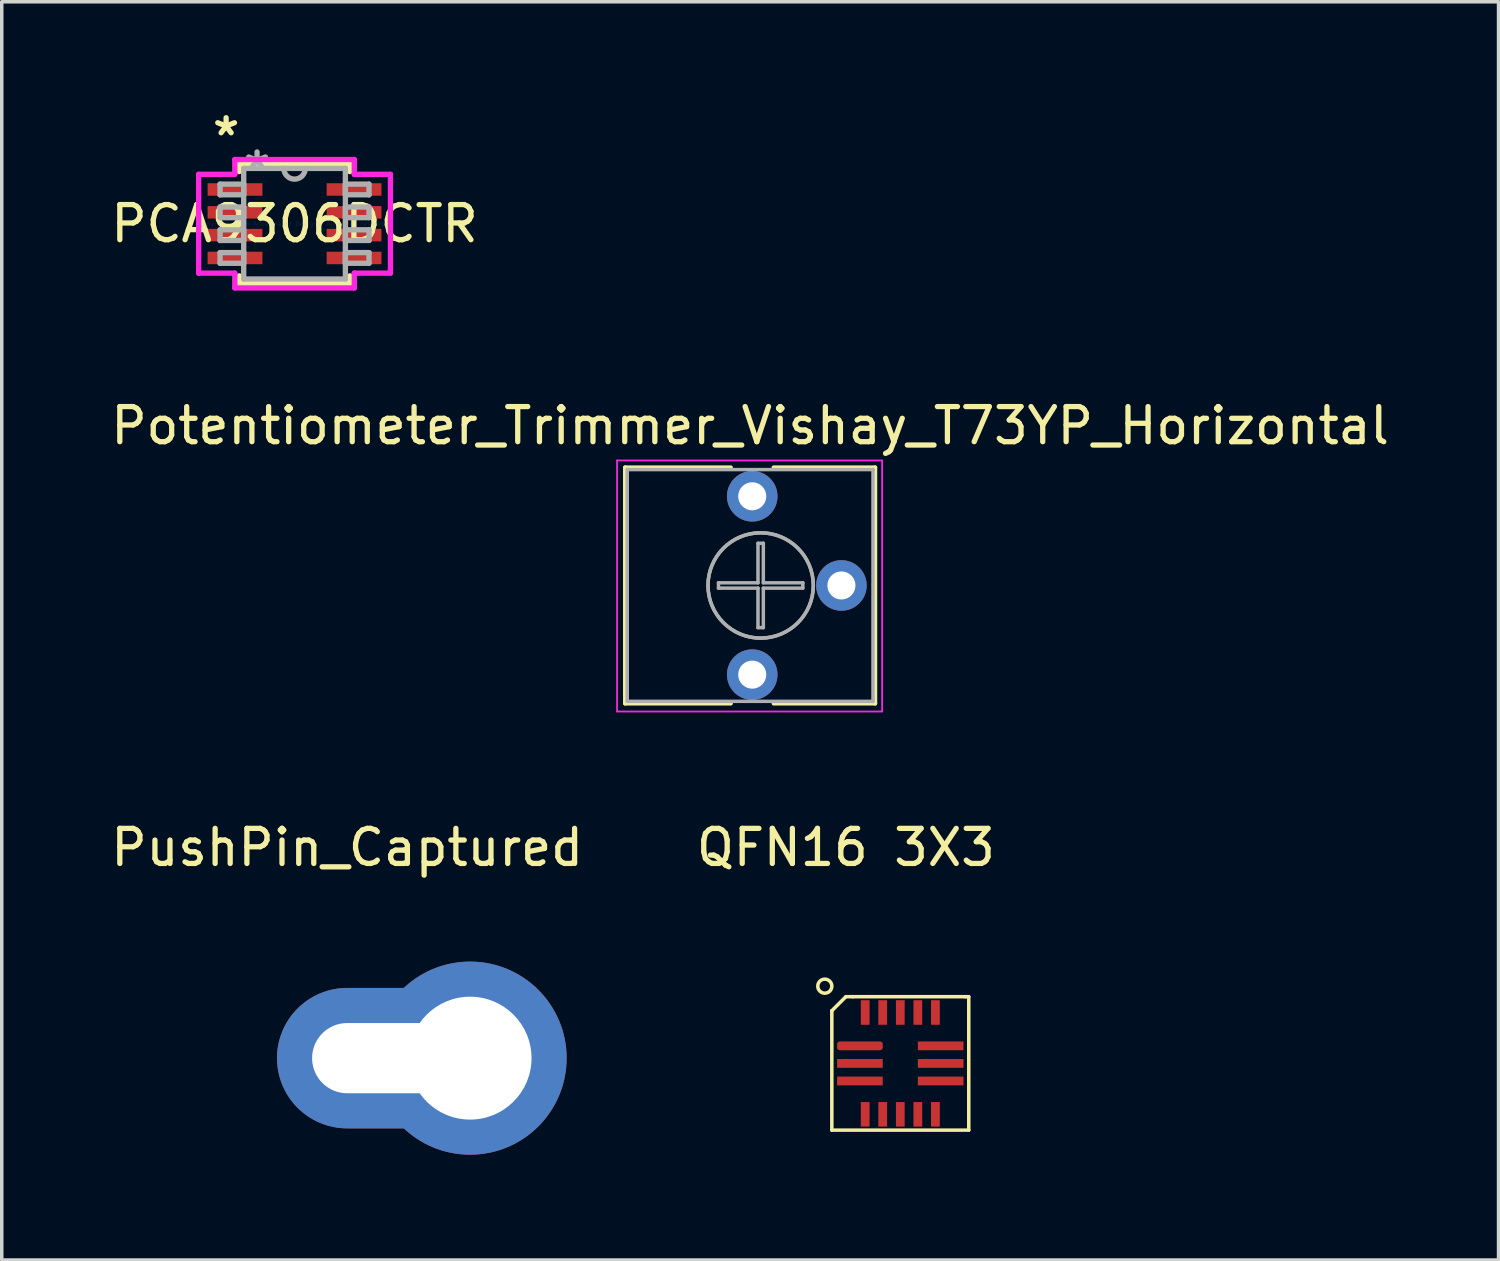
<source format=kicad_pcb>
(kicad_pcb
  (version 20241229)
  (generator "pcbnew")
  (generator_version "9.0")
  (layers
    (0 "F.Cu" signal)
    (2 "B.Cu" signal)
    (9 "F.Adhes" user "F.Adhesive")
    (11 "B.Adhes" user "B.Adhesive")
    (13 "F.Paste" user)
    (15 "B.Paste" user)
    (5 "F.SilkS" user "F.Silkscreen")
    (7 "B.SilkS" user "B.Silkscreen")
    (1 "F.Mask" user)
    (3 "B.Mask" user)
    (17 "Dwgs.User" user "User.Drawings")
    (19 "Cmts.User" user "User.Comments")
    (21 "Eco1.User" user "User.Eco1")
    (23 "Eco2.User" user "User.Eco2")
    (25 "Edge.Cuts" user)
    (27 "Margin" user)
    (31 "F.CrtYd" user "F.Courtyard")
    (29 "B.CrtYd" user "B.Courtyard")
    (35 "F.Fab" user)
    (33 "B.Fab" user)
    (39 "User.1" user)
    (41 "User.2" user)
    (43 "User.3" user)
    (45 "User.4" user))
  (footprint "Potentiometer_Trimmer_Vishay_T73YP_Horizontal"
    (layer "F.Cu")
    (at 18.375 16.165)
    (property "Reference" "Potentiometer_Trimmer_Vishay_T73YP_Horizontal" (at -0.06 -7.09 0) (layer "F.SilkS") (effects (font (size 1 1) (thickness 0.15))))
    (attr through_hole)
    (fp_line (start -3.62 -5.9) (end -3.62 0.82) (stroke (width 0.12) (type solid)) (layer "F.SilkS"))
    (fp_line (start -3.62 -5.9) (end -0.611 -5.9) (stroke (width 0.12) (type solid)) (layer "F.SilkS"))
    (fp_line (start -3.62 0.82) (end -0.611 0.82) (stroke (width 0.12) (type solid)) (layer "F.SilkS"))
    (fp_line (start 0.611 -5.9) (end 3.5 -5.9) (stroke (width 0.12) (type solid)) (layer "F.SilkS"))
    (fp_line (start 0.611 0.82) (end 3.5 0.82) (stroke (width 0.12) (type solid)) (layer "F.SilkS"))
    (fp_line (start 3.5 -5.9) (end 3.5 0.82) (stroke (width 0.12) (type solid)) (layer "F.SilkS"))
    (fp_line (start -3.85 -6.1) (end -3.85 1.05) (stroke (width 0.05) (type solid)) (layer "F.CrtYd"))
    (fp_line (start -3.85 1.05) (end 3.7 1.05) (stroke (width 0.05) (type solid)) (layer "F.CrtYd"))
    (fp_line (start 3.7 -6.1) (end -3.85 -6.1) (stroke (width 0.05) (type solid)) (layer "F.CrtYd"))
    (fp_line (start 3.7 1.05) (end 3.7 -6.1) (stroke (width 0.05) (type solid)) (layer "F.CrtYd"))
    (fp_line (start -3.56 -5.84) (end -3.56 0.76) (stroke (width 0.1) (type solid)) (layer "F.Fab"))
    (fp_line (start -3.56 0.76) (end 3.44 0.76) (stroke (width 0.1) (type solid)) (layer "F.Fab"))
    (fp_line (start -0.961 -2.616) (end 0.164 -2.616) (stroke (width 0.1) (type solid)) (layer "F.Fab"))
    (fp_line (start -0.961 -2.464) (end -0.961 -2.616) (stroke (width 0.1) (type solid)) (layer "F.Fab"))
    (fp_line (start 0.164 -3.741) (end 0.316 -3.741) (stroke (width 0.1) (type solid)) (layer "F.Fab"))
    (fp_line (start 0.164 -2.616) (end 0.164 -3.741) (stroke (width 0.1) (type solid)) (layer "F.Fab"))
    (fp_line (start 0.164 -2.464) (end -0.961 -2.464) (stroke (width 0.1) (type solid)) (layer "F.Fab"))
    (fp_line (start 0.164 -1.339) (end 0.164 -2.464) (stroke (width 0.1) (type solid)) (layer "F.Fab"))
    (fp_line (start 0.316 -3.741) (end 0.316 -2.616) (stroke (width 0.1) (type solid)) (layer "F.Fab"))
    (fp_line (start 0.316 -2.616) (end 1.441 -2.616) (stroke (width 0.1) (type solid)) (layer "F.Fab"))
    (fp_line (start 0.316 -2.464) (end 0.316 -1.339) (stroke (width 0.1) (type solid)) (layer "F.Fab"))
    (fp_line (start 0.316 -1.339) (end 0.164 -1.339) (stroke (width 0.1) (type solid)) (layer "F.Fab"))
    (fp_line (start 1.441 -2.616) (end 1.441 -2.464) (stroke (width 0.1) (type solid)) (layer "F.Fab"))
    (fp_line (start 1.441 -2.464) (end 0.316 -2.464) (stroke (width 0.1) (type solid)) (layer "F.Fab"))
    (fp_line (start 3.44 -5.84) (end -3.56 -5.84) (stroke (width 0.1) (type solid)) (layer "F.Fab"))
    (fp_line (start 3.44 0.76) (end 3.44 -5.84) (stroke (width 0.1) (type solid)) (layer "F.Fab"))
    (fp_circle (center 0.24 -2.54) (end 1.74 -2.54) (stroke (width 0.1) (type solid)) (fill no) (layer "F.Fab"))
    (fp_circle (center 0.24 -2.54) (end 1.74 -2.54) (stroke (width 0.1) (type solid)) (fill no) (layer "F.Fab"))
    (pad "1" thru_hole circle (at 0 0) (size 1.44 1.44) (drill 0.8) (layers "*.Cu" "*.Mask"))
    (pad "2" thru_hole circle (at 2.54 -2.54) (size 1.44 1.44) (drill 0.8) (layers "*.Cu" "*.Mask"))
    (pad "3" thru_hole circle (at 0 -5.08) (size 1.44 1.44) (drill 0.8) (layers "*.Cu" "*.Mask")))
  (footprint "PCA9306DCTR"
    (layer "F.Cu")
    (at 5.339 3.322)
    (property "Reference" "PCA9306DCTR" (at 0 0 0) (layer "F.SilkS") (effects (font (size 1 1) (thickness 0.15))))
    (attr through_hole)
    (fp_line (start -1.575 -1.702) (end -1.575 -1.486) (stroke (width 0.152) (type solid)) (layer "F.SilkS"))
    (fp_line (start -1.575 1.486) (end -1.575 1.702) (stroke (width 0.152) (type solid)) (layer "F.SilkS"))
    (fp_line (start -1.575 1.702) (end 1.575 1.702) (stroke (width 0.152) (type solid)) (layer "F.SilkS"))
    (fp_line (start 1.575 -1.702) (end -1.575 -1.702) (stroke (width 0.152) (type solid)) (layer "F.SilkS"))
    (fp_line (start 1.575 -1.486) (end 1.575 -1.702) (stroke (width 0.152) (type solid)) (layer "F.SilkS"))
    (fp_line (start 1.575 1.702) (end 1.575 1.486) (stroke (width 0.152) (type solid)) (layer "F.SilkS"))
    (fp_line (start -2.731 -1.407) (end -1.702 -1.407) (stroke (width 0.152) (type solid)) (layer "F.CrtYd"))
    (fp_line (start -2.731 1.407) (end -2.731 -1.407) (stroke (width 0.152) (type solid)) (layer "F.CrtYd"))
    (fp_line (start -1.702 -1.829) (end 1.702 -1.829) (stroke (width 0.152) (type solid)) (layer "F.CrtYd"))
    (fp_line (start -1.702 -1.407) (end -1.702 -1.829) (stroke (width 0.152) (type solid)) (layer "F.CrtYd"))
    (fp_line (start -1.702 1.407) (end -2.731 1.407) (stroke (width 0.152) (type solid)) (layer "F.CrtYd"))
    (fp_line (start -1.702 1.829) (end -1.702 1.407) (stroke (width 0.152) (type solid)) (layer "F.CrtYd"))
    (fp_line (start 1.702 -1.829) (end 1.702 -1.407) (stroke (width 0.152) (type solid)) (layer "F.CrtYd"))
    (fp_line (start 1.702 -1.407) (end 2.731 -1.407) (stroke (width 0.152) (type solid)) (layer "F.CrtYd"))
    (fp_line (start 1.702 1.407) (end 1.702 1.829) (stroke (width 0.152) (type solid)) (layer "F.CrtYd"))
    (fp_line (start 1.702 1.829) (end -1.702 1.829) (stroke (width 0.152) (type solid)) (layer "F.CrtYd"))
    (fp_line (start 2.731 -1.407) (end 2.731 1.407) (stroke (width 0.152) (type solid)) (layer "F.CrtYd"))
    (fp_line (start 2.731 1.407) (end 1.702 1.407) (stroke (width 0.152) (type solid)) (layer "F.CrtYd"))
    (fp_line (start -2.121 -1.127) (end -2.121 -0.823) (stroke (width 0.152) (type solid)) (layer "F.Fab"))
    (fp_line (start -2.121 -0.823) (end -1.448 -0.823) (stroke (width 0.152) (type solid)) (layer "F.Fab"))
    (fp_line (start -2.121 -0.477) (end -2.121 -0.173) (stroke (width 0.152) (type solid)) (layer "F.Fab"))
    (fp_line (start -2.121 -0.173) (end -1.448 -0.173) (stroke (width 0.152) (type solid)) (layer "F.Fab"))
    (fp_line (start -2.121 0.173) (end -2.121 0.477) (stroke (width 0.152) (type solid)) (layer "F.Fab"))
    (fp_line (start -2.121 0.477) (end -1.448 0.477) (stroke (width 0.152) (type solid)) (layer "F.Fab"))
    (fp_line (start -2.121 0.823) (end -2.121 1.127) (stroke (width 0.152) (type solid)) (layer "F.Fab"))
    (fp_line (start -2.121 1.127) (end -1.448 1.127) (stroke (width 0.152) (type solid)) (layer "F.Fab"))
    (fp_line (start -1.448 -1.575) (end -1.448 1.575) (stroke (width 0.152) (type solid)) (layer "F.Fab"))
    (fp_line (start -1.448 -1.127) (end -2.121 -1.127) (stroke (width 0.152) (type solid)) (layer "F.Fab"))
    (fp_line (start -1.448 -0.823) (end -1.448 -1.127) (stroke (width 0.152) (type solid)) (layer "F.Fab"))
    (fp_line (start -1.448 -0.477) (end -2.121 -0.477) (stroke (width 0.152) (type solid)) (layer "F.Fab"))
    (fp_line (start -1.448 -0.173) (end -1.448 -0.477) (stroke (width 0.152) (type solid)) (layer "F.Fab"))
    (fp_line (start -1.448 0.173) (end -2.121 0.173) (stroke (width 0.152) (type solid)) (layer "F.Fab"))
    (fp_line (start -1.448 0.477) (end -1.448 0.173) (stroke (width 0.152) (type solid)) (layer "F.Fab"))
    (fp_line (start -1.448 0.823) (end -2.121 0.823) (stroke (width 0.152) (type solid)) (layer "F.Fab"))
    (fp_line (start -1.448 1.127) (end -1.448 0.823) (stroke (width 0.152) (type solid)) (layer "F.Fab"))
    (fp_line (start -1.448 1.575) (end 1.448 1.575) (stroke (width 0.152) (type solid)) (layer "F.Fab"))
    (fp_line (start 1.448 -1.575) (end -1.448 -1.575) (stroke (width 0.152) (type solid)) (layer "F.Fab"))
    (fp_line (start 1.448 -1.127) (end 1.448 -0.823) (stroke (width 0.152) (type solid)) (layer "F.Fab"))
    (fp_line (start 1.448 -0.823) (end 2.121 -0.823) (stroke (width 0.152) (type solid)) (layer "F.Fab"))
    (fp_line (start 1.448 -0.477) (end 1.448 -0.173) (stroke (width 0.152) (type solid)) (layer "F.Fab"))
    (fp_line (start 1.448 -0.173) (end 2.121 -0.173) (stroke (width 0.152) (type solid)) (layer "F.Fab"))
    (fp_line (start 1.448 0.173) (end 1.448 0.477) (stroke (width 0.152) (type solid)) (layer "F.Fab"))
    (fp_line (start 1.448 0.477) (end 2.121 0.477) (stroke (width 0.152) (type solid)) (layer "F.Fab"))
    (fp_line (start 1.448 0.823) (end 1.448 1.127) (stroke (width 0.152) (type solid)) (layer "F.Fab"))
    (fp_line (start 1.448 1.127) (end 2.121 1.127) (stroke (width 0.152) (type solid)) (layer "F.Fab"))
    (fp_line (start 1.448 1.575) (end 1.448 -1.575) (stroke (width 0.152) (type solid)) (layer "F.Fab"))
    (fp_line (start 2.121 -1.127) (end 1.448 -1.127) (stroke (width 0.152) (type solid)) (layer "F.Fab"))
    (fp_line (start 2.121 -0.823) (end 2.121 -1.127) (stroke (width 0.152) (type solid)) (layer "F.Fab"))
    (fp_line (start 2.121 -0.477) (end 1.448 -0.477) (stroke (width 0.152) (type solid)) (layer "F.Fab"))
    (fp_line (start 2.121 -0.173) (end 2.121 -0.477) (stroke (width 0.152) (type solid)) (layer "F.Fab"))
    (fp_line (start 2.121 0.173) (end 1.448 0.173) (stroke (width 0.152) (type solid)) (layer "F.Fab"))
    (fp_line (start 2.121 0.477) (end 2.121 0.173) (stroke (width 0.152) (type solid)) (layer "F.Fab"))
    (fp_line (start 2.121 0.823) (end 1.448 0.823) (stroke (width 0.152) (type solid)) (layer "F.Fab"))
    (fp_line (start 2.121 1.127) (end 2.121 0.823) (stroke (width 0.152) (type solid)) (layer "F.Fab"))
    (fp_arc (start 0.3048 -1.5748) (mid 0 -1.27) (end -0.3048 -1.5748) (stroke (width 0.1524) (type solid)) (layer "F.Fab"))
    (fp_text user "*" (at -1.949 -2.474 0) (layer "F.SilkS") (effects (font (size 1 1) (thickness 0.15))))
    (fp_text user "Copyright 2016 Accelerated Designs. All rights reserved." (at 0 0 0) (layer "Cmts.User") (effects (font (size 0.127 0.127) (thickness 0.002))))
    (fp_text user "*" (at -1.067 -1.499 0) (layer "F.Fab") (effects (font (size 1 1) (thickness 0.15))))
    (pad "1" smd rect (at -1.695 -0.975) (size 1.562 0.356) (layers "F.Cu" "F.Mask" "F.Paste"))
    (pad "2" smd rect (at -1.695 -0.325) (size 1.562 0.356) (layers "F.Cu" "F.Mask" "F.Paste"))
    (pad "3" smd rect (at -1.695 0.325) (size 1.562 0.356) (layers "F.Cu" "F.Mask" "F.Paste"))
    (pad "4" smd rect (at -1.695 0.975) (size 1.562 0.356) (layers "F.Cu" "F.Mask" "F.Paste"))
    (pad "5" smd rect (at 1.695 0.975) (size 1.562 0.356) (layers "F.Cu" "F.Mask" "F.Paste"))
    (pad "6" smd rect (at 1.695 0.325) (size 1.562 0.356) (layers "F.Cu" "F.Mask" "F.Paste"))
    (pad "7" smd rect (at 1.695 -0.325) (size 1.562 0.356) (layers "F.Cu" "F.Mask" "F.Paste"))
    (pad "8" smd rect (at 1.695 -0.975) (size 1.562 0.356) (layers "F.Cu" "F.Mask" "F.Paste")))
  (footprint "PushPin_Captured"
    (layer "F.Cu")
    (at 6.839 27.088)
    (property "Reference" "PushPin_Captured" (at 0 -6 0) (layer "F.SilkS") (effects (font (size 1 1) (thickness 0.15))))
    (attr through_hole)
    (pad "1" thru_hole oval (at 1.5 0) (size 7 4) (drill oval 5 2) (layers "*.Cu" "*.Mask"))
    (pad "1" thru_hole circle (at 3.5 0 90) (size 5.5 5.5) (drill 3.5) (layers "*.Cu" "*.Mask")))
  (footprint "QFN16 3X3"
    (layer "F.Cu")
    (at 21.042 24.838)
    (property "Reference" "QFN16 3X3" (at 0 -3.75 0) (layer "F.SilkS") (effects (font (size 1 1) (thickness 0.15))))
    (attr through_hole)
    (fp_line (start -0.4 0.9) (end 0 0.5) (stroke (width 0.1) (type solid)) (layer "F.SilkS"))
    (fp_line (start -0.4 4.3) (end -0.4 0.9) (stroke (width 0.1) (type solid)) (layer "F.SilkS"))
    (fp_line (start 0 0.5) (end 0.2 0.5) (stroke (width 0.1) (type solid)) (layer "F.SilkS"))
    (fp_line (start 0.2 0.5) (end 3.4 0.5) (stroke (width 0.1) (type solid)) (layer "F.SilkS"))
    (fp_line (start 3.4 0.5) (end 3.5 0.5) (stroke (width 0.1) (type solid)) (layer "F.SilkS"))
    (fp_line (start 3.5 0.5) (end 3.5 4.3) (stroke (width 0.1) (type solid)) (layer "F.SilkS"))
    (fp_line (start 3.5 4.3) (end -0.4 4.3) (stroke (width 0.1) (type solid)) (layer "F.SilkS"))
    (fp_circle (center -0.6 0.2) (end -0.8 0.2) (stroke (width 0.1) (type solid)) (fill no) (layer "F.SilkS"))
    (pad "1" smd roundrect (at 0.4 1.9 180) (size 1.3 0.25) (layers "F.Cu" "F.Mask" "F.Paste") (roundrect_rratio 0.3))
    (pad "2" smd rect (at 0.4 2.4 180) (size 1.3 0.25) (layers "F.Cu" "F.Mask" "F.Paste"))
    (pad "3" smd rect (at 0.4 2.9 180) (size 1.3 0.25) (layers "F.Cu" "F.Mask" "F.Paste"))
    (pad "4" smd rect (at 0.55 3.85 90) (size 0.7 0.25) (layers "F.Cu" "F.Mask" "F.Paste"))
    (pad "5" smd rect (at 1.05 3.85 90) (size 0.7 0.25) (layers "F.Cu" "F.Mask" "F.Paste"))
    (pad "6" smd rect (at 1.55 3.85 90) (size 0.7 0.25) (layers "F.Cu" "F.Mask" "F.Paste"))
    (pad "7" smd rect (at 2.05 3.85 90) (size 0.7 0.25) (layers "F.Cu" "F.Mask" "F.Paste"))
    (pad "8" smd rect (at 2.55 3.85 90) (size 0.7 0.25) (layers "F.Cu" "F.Mask" "F.Paste"))
    (pad "9" smd rect (at 2.7 2.9) (size 1.3 0.25) (layers "F.Cu" "F.Mask" "F.Paste"))
    (pad "10" smd rect (at 2.7 2.4) (size 1.3 0.25) (layers "F.Cu" "F.Mask" "F.Paste"))
    (pad "11" smd rect (at 2.7 1.9) (size 1.3 0.25) (layers "F.Cu" "F.Mask" "F.Paste"))
    (pad "12" smd rect (at 2.55 0.95 270) (size 0.7 0.25) (layers "F.Cu" "F.Mask" "F.Paste"))
    (pad "13" smd rect (at 2.05 0.95 270) (size 0.7 0.25) (layers "F.Cu" "F.Mask" "F.Paste"))
    (pad "14" smd rect (at 1.55 0.95 270) (size 0.7 0.25) (layers "F.Cu" "F.Mask" "F.Paste"))
    (pad "15" smd rect (at 1.05 0.95 270) (size 0.7 0.25) (layers "F.Cu" "F.Mask" "F.Paste"))
    (pad "16" smd rect (at 0.55 0.95 270) (size 0.7 0.25) (layers "F.Cu" "F.Mask" "F.Paste")))
  (gr_rect
    (start -3 -3)
    (end 39.631 32.838)
    (stroke (width 0.1) (type default))
    (fill no)
    (layer "Edge.Cuts")))
</source>
